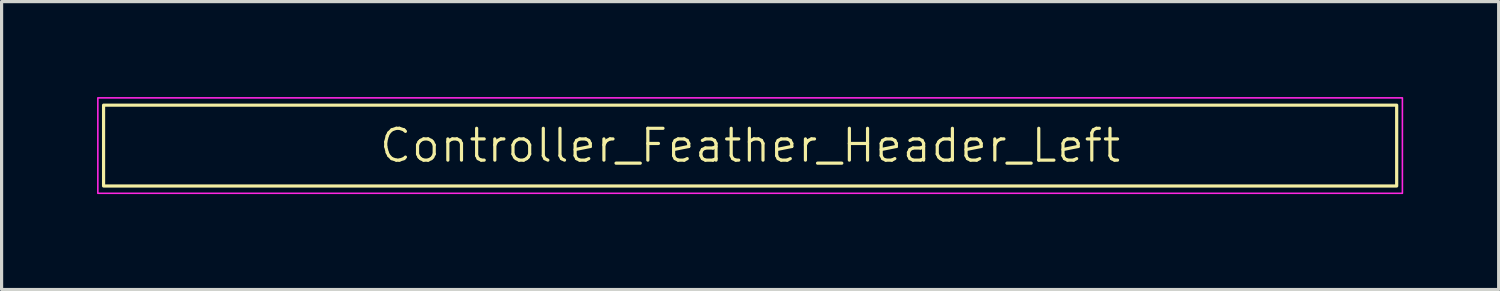
<source format=kicad_pcb>
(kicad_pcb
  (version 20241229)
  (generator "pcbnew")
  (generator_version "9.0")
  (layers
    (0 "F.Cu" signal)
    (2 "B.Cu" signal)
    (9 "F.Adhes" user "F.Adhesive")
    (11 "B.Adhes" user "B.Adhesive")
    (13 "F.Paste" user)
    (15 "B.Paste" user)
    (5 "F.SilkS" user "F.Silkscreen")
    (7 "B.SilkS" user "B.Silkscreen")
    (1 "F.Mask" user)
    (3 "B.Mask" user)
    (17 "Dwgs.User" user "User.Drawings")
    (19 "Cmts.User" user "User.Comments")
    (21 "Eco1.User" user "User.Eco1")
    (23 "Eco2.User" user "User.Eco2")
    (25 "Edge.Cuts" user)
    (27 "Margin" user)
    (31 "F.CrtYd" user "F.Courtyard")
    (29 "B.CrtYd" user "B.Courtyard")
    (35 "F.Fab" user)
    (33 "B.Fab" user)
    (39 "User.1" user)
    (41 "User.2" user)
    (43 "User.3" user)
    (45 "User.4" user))
  (footprint "Controller_Feather_Header_Left"
    (layer "F.Cu")
    (at 20.525 1.525)
    (property "Reference" "Controller_Feather_Header_Left" (at 0 0 0) (unlocked yes) (layer "F.SilkS") (effects (font (size 1 1) (thickness 0.1))))
    (attr smd)
    (fp_rect (start -20.32 -1.27) (end 20.32 1.27) (stroke (width 0.1) (type default)) (fill no) (layer "F.SilkS"))
    (fp_rect (start -20.5 -1.5) (end 20.5 1.5) (stroke (width 0.05) (type default)) (fill no) (layer "F.CrtYd")))
  (gr_rect
    (start -3 -3)
    (end 44.05 6.05)
    (stroke (width 0.1) (type default))
    (fill no)
    (layer "Edge.Cuts")))
</source>
